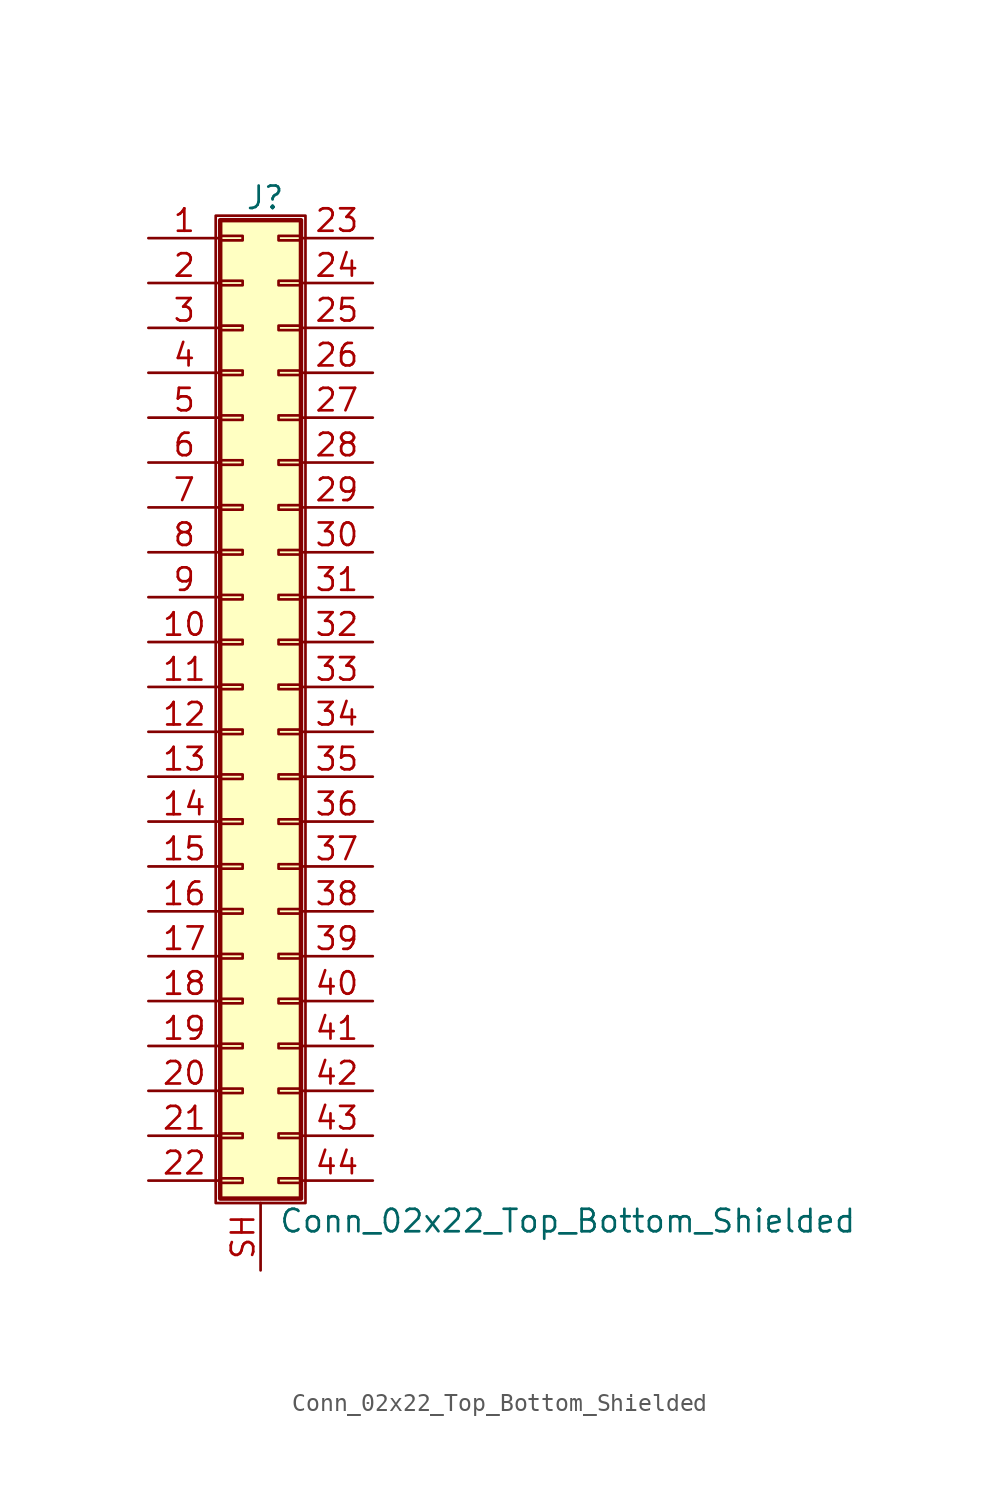
<source format=kicad_sym>
(kicad_symbol_lib
  (version 20201005)
  (generator kicad_symbol_editor)
  (symbol "Conn_02x22_Top_Bottom_Shielded"
    (pin_names
      (offset 1.016) hide)
    (property "Reference" "J"
      (at 1.524 27.686 0)
      (effects (font (size 1.27 1.27))))
    (property "Value" "Conn_02x22_Top_Bottom_Shielded"
      (at 2.286 -30.226 0)
      (effects (font (size 1.27 1.27)) (justify left)))
    (symbol "Conn_02x22_Top_Bottom_Shielded_1_1"
      (rectangle (start -1.27 26.67) (end 3.81 -29.21) (stroke (width 0.152)) (fill (type none)))
      (rectangle (start -1.016 -27.813) (end 0.254 -28.067) (stroke (width 0.152)) (fill (type none)))
      (rectangle (start -1.016 -25.273) (end 0.254 -25.527) (stroke (width 0.152)) (fill (type none)))
      (rectangle (start -1.016 -22.733) (end 0.254 -22.987) (stroke (width 0.152)) (fill (type none)))
      (rectangle (start -1.016 -20.193) (end 0.254 -20.447) (stroke (width 0.152)) (fill (type none)))
      (rectangle (start -1.016 -17.653) (end 0.254 -17.907) (stroke (width 0.152)) (fill (type none)))
      (rectangle (start -1.016 -15.113) (end 0.254 -15.367) (stroke (width 0.152)) (fill (type none)))
      (rectangle (start -1.016 -12.573) (end 0.254 -12.827) (stroke (width 0.152)) (fill (type none)))
      (rectangle (start -1.016 -10.033) (end 0.254 -10.287) (stroke (width 0.152)) (fill (type none)))
      (rectangle (start -1.016 -7.493) (end 0.254 -7.747) (stroke (width 0.152)) (fill (type none)))
      (rectangle (start -1.016 -4.953) (end 0.254 -5.207) (stroke (width 0.152)) (fill (type none)))
      (rectangle (start -1.016 -2.413) (end 0.254 -2.667) (stroke (width 0.152)) (fill (type none)))
      (rectangle (start -1.016 0.127) (end 0.254 -0.127) (stroke (width 0.152)) (fill (type none)))
      (rectangle (start -1.016 2.667) (end 0.254 2.413) (stroke (width 0.152)) (fill (type none)))
      (rectangle (start -1.016 5.207) (end 0.254 4.953) (stroke (width 0.152)) (fill (type none)))
      (rectangle (start -1.016 7.747) (end 0.254 7.493) (stroke (width 0.152)) (fill (type none)))
      (rectangle (start -1.016 10.287) (end 0.254 10.033) (stroke (width 0.152)) (fill (type none)))
      (rectangle (start -1.016 12.827) (end 0.254 12.573) (stroke (width 0.152)) (fill (type none)))
      (rectangle (start -1.016 15.367) (end 0.254 15.113) (stroke (width 0.152)) (fill (type none)))
      (rectangle (start -1.016 17.907) (end 0.254 17.653) (stroke (width 0.152)) (fill (type none)))
      (rectangle (start -1.016 20.447) (end 0.254 20.193) (stroke (width 0.152)) (fill (type none)))
      (rectangle (start -1.016 22.987) (end 0.254 22.733) (stroke (width 0.152)) (fill (type none)))
      (rectangle (start -1.016 25.527) (end 0.254 25.273) (stroke (width 0.152)) (fill (type none)))
      (rectangle (start -1.016 26.416) (end 3.556 -28.956) (stroke (width 0.254)) (fill (type background)))
      (rectangle (start 3.556 -27.813) (end 2.286 -28.067) (stroke (width 0.152)) (fill (type none)))
      (rectangle (start 3.556 -25.273) (end 2.286 -25.527) (stroke (width 0.152)) (fill (type none)))
      (rectangle (start 3.556 -22.733) (end 2.286 -22.987) (stroke (width 0.152)) (fill (type none)))
      (rectangle (start 3.556 -20.193) (end 2.286 -20.447) (stroke (width 0.152)) (fill (type none)))
      (rectangle (start 3.556 -17.653) (end 2.286 -17.907) (stroke (width 0.152)) (fill (type none)))
      (rectangle (start 3.556 -15.113) (end 2.286 -15.367) (stroke (width 0.152)) (fill (type none)))
      (rectangle (start 3.556 -12.573) (end 2.286 -12.827) (stroke (width 0.152)) (fill (type none)))
      (rectangle (start 3.556 -10.033) (end 2.286 -10.287) (stroke (width 0.152)) (fill (type none)))
      (rectangle (start 3.556 -7.493) (end 2.286 -7.747) (stroke (width 0.152)) (fill (type none)))
      (rectangle (start 3.556 -4.953) (end 2.286 -5.207) (stroke (width 0.152)) (fill (type none)))
      (rectangle (start 3.556 -2.413) (end 2.286 -2.667) (stroke (width 0.152)) (fill (type none)))
      (rectangle (start 3.556 0.127) (end 2.286 -0.127) (stroke (width 0.152)) (fill (type none)))
      (rectangle (start 3.556 2.667) (end 2.286 2.413) (stroke (width 0.152)) (fill (type none)))
      (rectangle (start 3.556 5.207) (end 2.286 4.953) (stroke (width 0.152)) (fill (type none)))
      (rectangle (start 3.556 7.747) (end 2.286 7.493) (stroke (width 0.152)) (fill (type none)))
      (rectangle (start 3.556 10.287) (end 2.286 10.033) (stroke (width 0.152)) (fill (type none)))
      (rectangle (start 3.556 12.827) (end 2.286 12.573) (stroke (width 0.152)) (fill (type none)))
      (rectangle (start 3.556 15.367) (end 2.286 15.113) (stroke (width 0.152)) (fill (type none)))
      (rectangle (start 3.556 17.907) (end 2.286 17.653) (stroke (width 0.152)) (fill (type none)))
      (rectangle (start 3.556 20.447) (end 2.286 20.193) (stroke (width 0.152)) (fill (type none)))
      (rectangle (start 3.556 22.987) (end 2.286 22.733) (stroke (width 0.152)) (fill (type none)))
      (rectangle (start 3.556 25.527) (end 2.286 25.273) (stroke (width 0.152)) (fill (type none)))
      (pin passive line (at -5.08 25.4 0) (length 4.064) (name "Pin_1" (effects (font (size 1.27 1.27)))) (number "1" (effects (font (size 1.27 1.27)))))
      (pin passive line (at -5.08 2.54 0) (length 4.064) (name "Pin_10" (effects (font (size 1.27 1.27)))) (number "10" (effects (font (size 1.27 1.27)))))
      (pin passive line (at -5.08 0 0) (length 4.064) (name "Pin_11" (effects (font (size 1.27 1.27)))) (number "11" (effects (font (size 1.27 1.27)))))
      (pin passive line (at -5.08 -2.54 0) (length 4.064) (name "Pin_12" (effects (font (size 1.27 1.27)))) (number "12" (effects (font (size 1.27 1.27)))))
      (pin passive line (at -5.08 -5.08 0) (length 4.064) (name "Pin_13" (effects (font (size 1.27 1.27)))) (number "13" (effects (font (size 1.27 1.27)))))
      (pin passive line (at -5.08 -7.62 0) (length 4.064) (name "Pin_14" (effects (font (size 1.27 1.27)))) (number "14" (effects (font (size 1.27 1.27)))))
      (pin passive line (at -5.08 -10.16 0) (length 4.064) (name "Pin_15" (effects (font (size 1.27 1.27)))) (number "15" (effects (font (size 1.27 1.27)))))
      (pin passive line (at -5.08 -12.7 0) (length 4.064) (name "Pin_16" (effects (font (size 1.27 1.27)))) (number "16" (effects (font (size 1.27 1.27)))))
      (pin passive line (at -5.08 -15.24 0) (length 4.064) (name "Pin_17" (effects (font (size 1.27 1.27)))) (number "17" (effects (font (size 1.27 1.27)))))
      (pin passive line (at -5.08 -17.78 0) (length 4.064) (name "Pin_18" (effects (font (size 1.27 1.27)))) (number "18" (effects (font (size 1.27 1.27)))))
      (pin passive line (at -5.08 -20.32 0) (length 4.064) (name "Pin_19" (effects (font (size 1.27 1.27)))) (number "19" (effects (font (size 1.27 1.27)))))
      (pin passive line (at -5.08 22.86 0) (length 4.064) (name "Pin_2" (effects (font (size 1.27 1.27)))) (number "2" (effects (font (size 1.27 1.27)))))
      (pin passive line (at -5.08 -22.86 0) (length 4.064) (name "Pin_20" (effects (font (size 1.27 1.27)))) (number "20" (effects (font (size 1.27 1.27)))))
      (pin passive line (at -5.08 -25.4 0) (length 4.064) (name "Pin_21" (effects (font (size 1.27 1.27)))) (number "21" (effects (font (size 1.27 1.27)))))
      (pin passive line (at -5.08 -27.94 0) (length 4.064) (name "Pin_22" (effects (font (size 1.27 1.27)))) (number "22" (effects (font (size 1.27 1.27)))))
      (pin passive line (at 7.62 25.4 180) (length 4.064) (name "Pin_23" (effects (font (size 1.27 1.27)))) (number "23" (effects (font (size 1.27 1.27)))))
      (pin passive line (at 7.62 22.86 180) (length 4.064) (name "Pin_24" (effects (font (size 1.27 1.27)))) (number "24" (effects (font (size 1.27 1.27)))))
      (pin passive line (at 7.62 20.32 180) (length 4.064) (name "Pin_25" (effects (font (size 1.27 1.27)))) (number "25" (effects (font (size 1.27 1.27)))))
      (pin passive line (at 7.62 17.78 180) (length 4.064) (name "Pin_26" (effects (font (size 1.27 1.27)))) (number "26" (effects (font (size 1.27 1.27)))))
      (pin passive line (at 7.62 15.24 180) (length 4.064) (name "Pin_27" (effects (font (size 1.27 1.27)))) (number "27" (effects (font (size 1.27 1.27)))))
      (pin passive line (at 7.62 12.7 180) (length 4.064) (name "Pin_28" (effects (font (size 1.27 1.27)))) (number "28" (effects (font (size 1.27 1.27)))))
      (pin passive line (at 7.62 10.16 180) (length 4.064) (name "Pin_29" (effects (font (size 1.27 1.27)))) (number "29" (effects (font (size 1.27 1.27)))))
      (pin passive line (at -5.08 20.32 0) (length 4.064) (name "Pin_3" (effects (font (size 1.27 1.27)))) (number "3" (effects (font (size 1.27 1.27)))))
      (pin passive line (at 7.62 7.62 180) (length 4.064) (name "Pin_30" (effects (font (size 1.27 1.27)))) (number "30" (effects (font (size 1.27 1.27)))))
      (pin passive line (at 7.62 5.08 180) (length 4.064) (name "Pin_31" (effects (font (size 1.27 1.27)))) (number "31" (effects (font (size 1.27 1.27)))))
      (pin passive line (at 7.62 2.54 180) (length 4.064) (name "Pin_32" (effects (font (size 1.27 1.27)))) (number "32" (effects (font (size 1.27 1.27)))))
      (pin passive line (at 7.62 0 180) (length 4.064) (name "Pin_33" (effects (font (size 1.27 1.27)))) (number "33" (effects (font (size 1.27 1.27)))))
      (pin passive line (at 7.62 -2.54 180) (length 4.064) (name "Pin_34" (effects (font (size 1.27 1.27)))) (number "34" (effects (font (size 1.27 1.27)))))
      (pin passive line (at 7.62 -5.08 180) (length 4.064) (name "Pin_35" (effects (font (size 1.27 1.27)))) (number "35" (effects (font (size 1.27 1.27)))))
      (pin passive line (at 7.62 -7.62 180) (length 4.064) (name "Pin_36" (effects (font (size 1.27 1.27)))) (number "36" (effects (font (size 1.27 1.27)))))
      (pin passive line (at 7.62 -10.16 180) (length 4.064) (name "Pin_37" (effects (font (size 1.27 1.27)))) (number "37" (effects (font (size 1.27 1.27)))))
      (pin passive line (at 7.62 -12.7 180) (length 4.064) (name "Pin_38" (effects (font (size 1.27 1.27)))) (number "38" (effects (font (size 1.27 1.27)))))
      (pin passive line (at 7.62 -15.24 180) (length 4.064) (name "Pin_39" (effects (font (size 1.27 1.27)))) (number "39" (effects (font (size 1.27 1.27)))))
      (pin passive line (at -5.08 17.78 0) (length 4.064) (name "Pin_4" (effects (font (size 1.27 1.27)))) (number "4" (effects (font (size 1.27 1.27)))))
      (pin passive line (at 7.62 -17.78 180) (length 4.064) (name "Pin_40" (effects (font (size 1.27 1.27)))) (number "40" (effects (font (size 1.27 1.27)))))
      (pin passive line (at 7.62 -20.32 180) (length 4.064) (name "Pin_41" (effects (font (size 1.27 1.27)))) (number "41" (effects (font (size 1.27 1.27)))))
      (pin passive line (at 7.62 -22.86 180) (length 4.064) (name "Pin_42" (effects (font (size 1.27 1.27)))) (number "42" (effects (font (size 1.27 1.27)))))
      (pin passive line (at 7.62 -25.4 180) (length 4.064) (name "Pin_43" (effects (font (size 1.27 1.27)))) (number "43" (effects (font (size 1.27 1.27)))))
      (pin passive line (at 7.62 -27.94 180) (length 4.064) (name "Pin_44" (effects (font (size 1.27 1.27)))) (number "44" (effects (font (size 1.27 1.27)))))
      (pin passive line (at -5.08 15.24 0) (length 4.064) (name "Pin_5" (effects (font (size 1.27 1.27)))) (number "5" (effects (font (size 1.27 1.27)))))
      (pin passive line (at -5.08 12.7 0) (length 4.064) (name "Pin_6" (effects (font (size 1.27 1.27)))) (number "6" (effects (font (size 1.27 1.27)))))
      (pin passive line (at -5.08 10.16 0) (length 4.064) (name "Pin_7" (effects (font (size 1.27 1.27)))) (number "7" (effects (font (size 1.27 1.27)))))
      (pin passive line (at -5.08 7.62 0) (length 4.064) (name "Pin_8" (effects (font (size 1.27 1.27)))) (number "8" (effects (font (size 1.27 1.27)))))
      (pin passive line (at -5.08 5.08 0) (length 4.064) (name "Pin_9" (effects (font (size 1.27 1.27)))) (number "9" (effects (font (size 1.27 1.27)))))
      (pin passive line (at 1.27 -33.02 90) (length 3.81) (name "Shield" (effects (font (size 1.27 1.27)))) (number "SH" (effects (font (size 1.27 1.27))))))))
</source>
